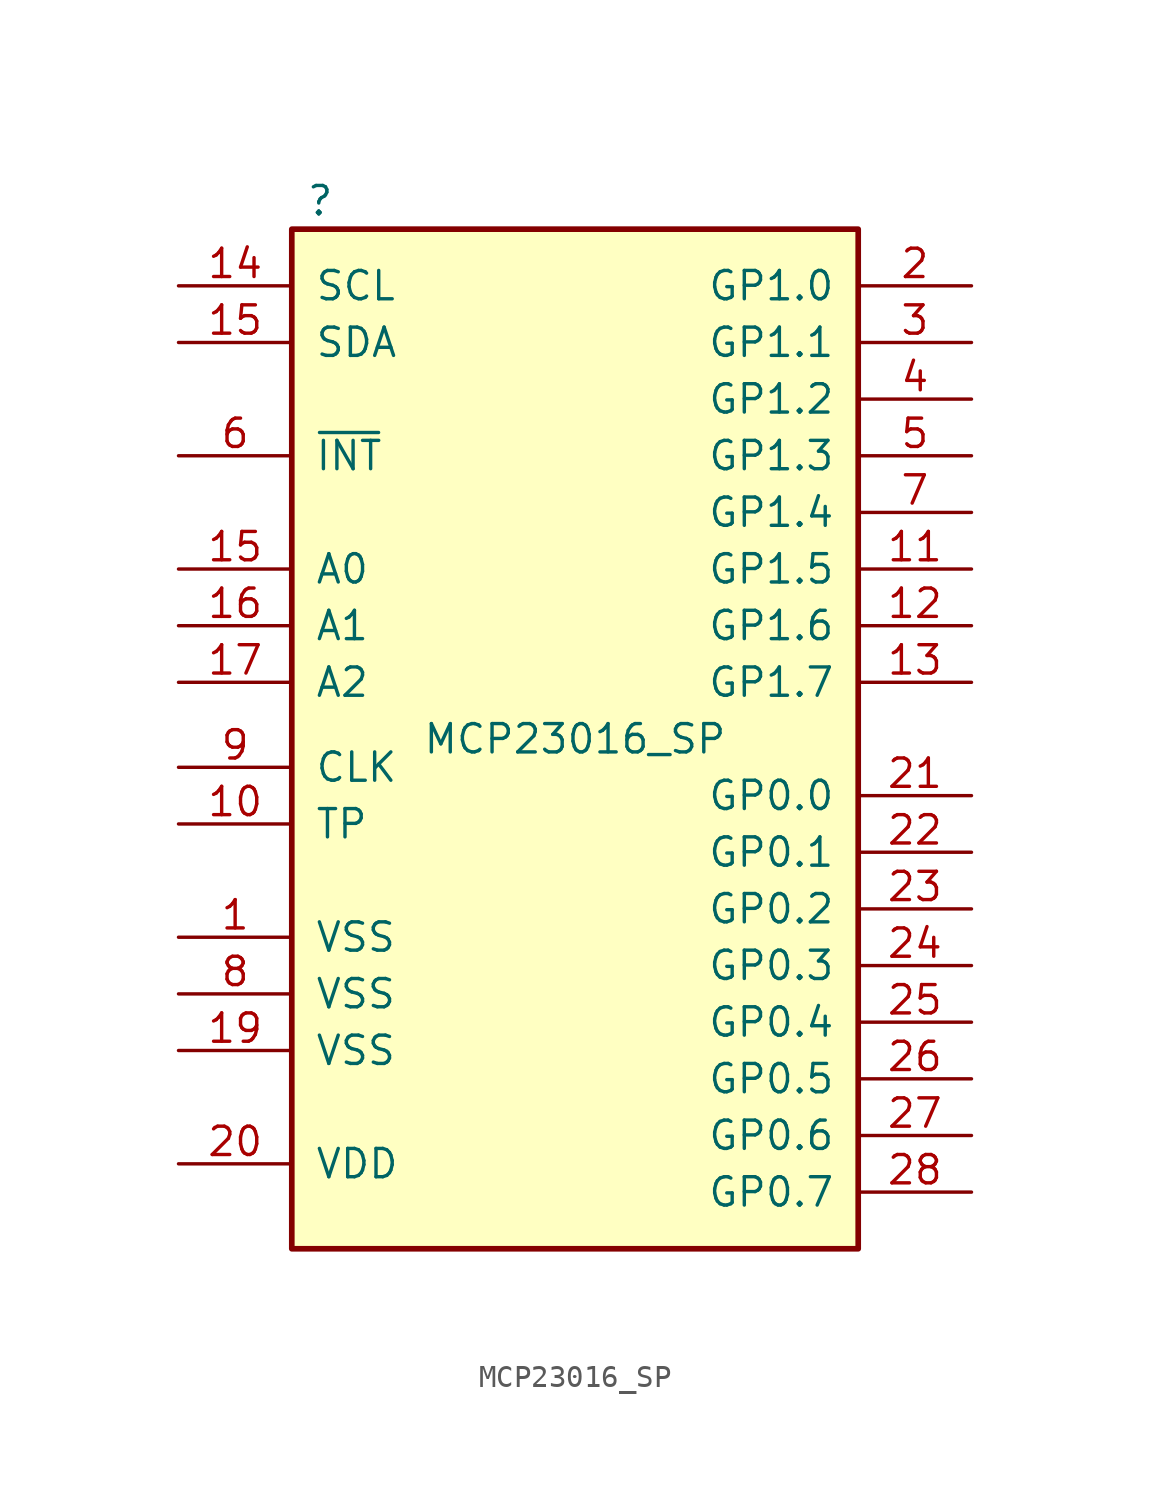
<source format=kicad_sym>
(kicad_symbol_lib
  (version 20231120)
  (generator "kicad_symbol_editor")
  (generator_version "8.0")
  (symbol "MCP23016_SP"
    (pin_names
      (offset 1.016))
    (property "Reference" " "
      (at -11.43 26.67 0)
      (effects (font (size 1.27 1.27))))
    (property "Value" "MCP23016_SP"
      (at 0 2.54 0)
      (effects (font (size 1.27 1.27))))
    (symbol "MCP23016_SP_0_1"
      (rectangle (start -12.7 25.4) (end 12.7 -20.32) (stroke (width 0.254) (type default)) (fill (type background))))
    (symbol "MCP23016_SP_1_1"
      (pin power_in line (at -17.78 -6.35 0) (length 5.08) (name "VSS" (effects (font (size 1.27 1.27)))) (number "1" (effects (font (size 1.27 1.27)))))
      (pin output line (at -17.78 -1.27 0) (length 5.08) (name "TP" (effects (font (size 1.27 1.27)))) (number "10" (effects (font (size 1.27 1.27)))))
      (pin bidirectional line (at 17.78 10.16 180) (length 5.08) (name "GP1.5" (effects (font (size 1.27 1.27)))) (number "11" (effects (font (size 1.27 1.27)))))
      (pin bidirectional line (at 17.78 7.62 180) (length 5.08) (name "GP1.6" (effects (font (size 1.27 1.27)))) (number "12" (effects (font (size 1.27 1.27)))))
      (pin bidirectional line (at 17.78 5.08 180) (length 5.08) (name "GP1.7" (effects (font (size 1.27 1.27)))) (number "13" (effects (font (size 1.27 1.27)))))
      (pin input line (at -17.78 22.86 0) (length 5.08) (name "SCL" (effects (font (size 1.27 1.27)))) (number "14" (effects (font (size 1.27 1.27)))))
      (pin input line (at -17.78 10.16 0) (length 5.08) (name "A0" (effects (font (size 1.27 1.27)))) (number "15" (effects (font (size 1.27 1.27)))))
      (pin bidirectional line (at -17.78 20.32 0) (length 5.08) (name "SDA" (effects (font (size 1.27 1.27)))) (number "15" (effects (font (size 1.27 1.27)))))
      (pin input line (at -17.78 7.62 0) (length 5.08) (name "A1" (effects (font (size 1.27 1.27)))) (number "16" (effects (font (size 1.27 1.27)))))
      (pin input line (at -17.78 5.08 0) (length 5.08) (name "A2" (effects (font (size 1.27 1.27)))) (number "17" (effects (font (size 1.27 1.27)))))
      (pin power_in line (at -17.78 -11.43 0) (length 5.08) (name "VSS" (effects (font (size 1.27 1.27)))) (number "19" (effects (font (size 1.27 1.27)))))
      (pin bidirectional line (at 17.78 22.86 180) (length 5.08) (name "GP1.0" (effects (font (size 1.27 1.27)))) (number "2" (effects (font (size 1.27 1.27)))))
      (pin power_in line (at -17.78 -16.51 0) (length 5.08) (name "VDD" (effects (font (size 1.27 1.27)))) (number "20" (effects (font (size 1.27 1.27)))))
      (pin bidirectional line (at 17.78 0 180) (length 5.08) (name "GP0.0" (effects (font (size 1.27 1.27)))) (number "21" (effects (font (size 1.27 1.27)))))
      (pin bidirectional line (at 17.78 -2.54 180) (length 5.08) (name "GP0.1" (effects (font (size 1.27 1.27)))) (number "22" (effects (font (size 1.27 1.27)))))
      (pin bidirectional line (at 17.78 -5.08 180) (length 5.08) (name "GP0.2" (effects (font (size 1.27 1.27)))) (number "23" (effects (font (size 1.27 1.27)))))
      (pin bidirectional line (at 17.78 -7.62 180) (length 5.08) (name "GP0.3" (effects (font (size 1.27 1.27)))) (number "24" (effects (font (size 1.27 1.27)))))
      (pin bidirectional line (at 17.78 -10.16 180) (length 5.08) (name "GP0.4" (effects (font (size 1.27 1.27)))) (number "25" (effects (font (size 1.27 1.27)))))
      (pin bidirectional line (at 17.78 -12.7 180) (length 5.08) (name "GP0.5" (effects (font (size 1.27 1.27)))) (number "26" (effects (font (size 1.27 1.27)))))
      (pin bidirectional line (at 17.78 -15.24 180) (length 5.08) (name "GP0.6" (effects (font (size 1.27 1.27)))) (number "27" (effects (font (size 1.27 1.27)))))
      (pin bidirectional line (at 17.78 -17.78 180) (length 5.08) (name "GP0.7" (effects (font (size 1.27 1.27)))) (number "28" (effects (font (size 1.27 1.27)))))
      (pin bidirectional line (at 17.78 20.32 180) (length 5.08) (name "GP1.1" (effects (font (size 1.27 1.27)))) (number "3" (effects (font (size 1.27 1.27)))))
      (pin bidirectional line (at 17.78 17.78 180) (length 5.08) (name "GP1.2" (effects (font (size 1.27 1.27)))) (number "4" (effects (font (size 1.27 1.27)))))
      (pin bidirectional line (at 17.78 15.24 180) (length 5.08) (name "GP1.3" (effects (font (size 1.27 1.27)))) (number "5" (effects (font (size 1.27 1.27)))))
      (pin output line (at -17.78 15.24 0) (length 5.08) (name "~{INT}" (effects (font (size 1.27 1.27)))) (number "6" (effects (font (size 1.27 1.27)))))
      (pin bidirectional line (at 17.78 12.7 180) (length 5.08) (name "GP1.4" (effects (font (size 1.27 1.27)))) (number "7" (effects (font (size 1.27 1.27)))))
      (pin power_in line (at -17.78 -8.89 0) (length 5.08) (name "VSS" (effects (font (size 1.27 1.27)))) (number "8" (effects (font (size 1.27 1.27)))))
      (pin input line (at -17.78 1.27 0) (length 5.08) (name "CLK" (effects (font (size 1.27 1.27)))) (number "9" (effects (font (size 1.27 1.27))))))))
</source>
